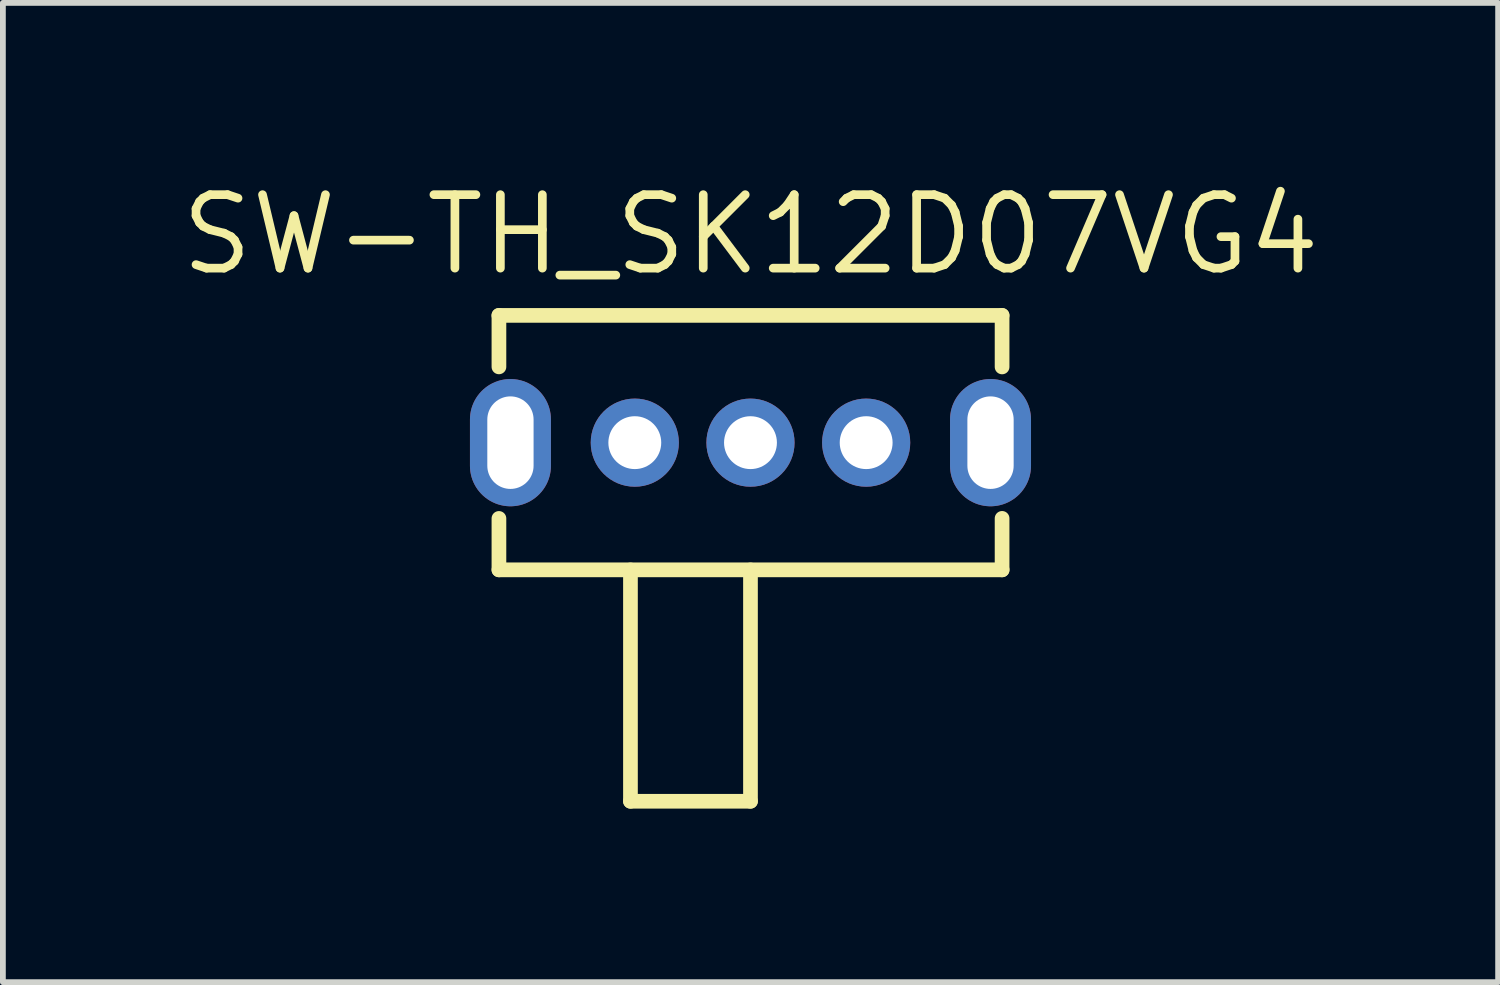
<source format=kicad_pcb>
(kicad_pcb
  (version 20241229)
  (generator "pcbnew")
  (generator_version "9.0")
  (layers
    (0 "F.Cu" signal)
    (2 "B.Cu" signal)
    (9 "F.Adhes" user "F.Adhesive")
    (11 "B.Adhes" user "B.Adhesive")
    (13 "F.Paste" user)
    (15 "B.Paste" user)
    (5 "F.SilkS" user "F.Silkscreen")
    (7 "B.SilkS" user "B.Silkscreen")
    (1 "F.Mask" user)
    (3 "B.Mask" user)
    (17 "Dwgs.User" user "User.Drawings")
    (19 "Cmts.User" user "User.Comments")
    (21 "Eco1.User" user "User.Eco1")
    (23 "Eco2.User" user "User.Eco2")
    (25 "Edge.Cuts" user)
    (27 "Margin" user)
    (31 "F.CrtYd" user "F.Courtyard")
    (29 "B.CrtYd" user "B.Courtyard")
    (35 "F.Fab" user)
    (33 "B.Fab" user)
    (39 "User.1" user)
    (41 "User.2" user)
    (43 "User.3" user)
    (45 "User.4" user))
  (footprint "SW-TH_SK12D07VG4"
    (layer "F.Cu")
    (at 9.925 4.603)
    (property "Reference" "SW-TH_SK12D07VG4" (at 0 -3.597 0) (layer "F.SilkS") (effects (font (size 1.27 1.27) (thickness 0.15))))
    (attr through_hole)
    (fp_line (start -4.35 -2.2) (end 4.35 -2.2) (stroke (width 0.254) (type solid)) (layer "F.SilkS"))
    (fp_line (start -4.349 -1.31) (end -4.349 -2.2) (stroke (width 0.254) (type solid)) (layer "F.SilkS"))
    (fp_line (start -4.349 2.199) (end -4.349 1.31) (stroke (width 0.254) (type solid)) (layer "F.SilkS"))
    (fp_line (start -2.075 2.2) (end -2.075 6.2) (stroke (width 0.254) (type solid)) (layer "F.SilkS"))
    (fp_line (start -2.075 6.2) (end 0 6.2) (stroke (width 0.254) (type solid)) (layer "F.SilkS"))
    (fp_line (start 0 6.2) (end 0 2.2) (stroke (width 0.254) (type solid)) (layer "F.SilkS"))
    (fp_line (start 4.35 -2.2) (end 4.35 -1.309) (stroke (width 0.254) (type solid)) (layer "F.SilkS"))
    (fp_line (start 4.35 1.309) (end 4.35 2.199) (stroke (width 0.254) (type solid)) (layer "F.SilkS"))
    (fp_line (start 4.351 2.199) (end -4.349 2.199) (stroke (width 0.254) (type solid)) (layer "F.SilkS"))
    (pad "1" thru_hole circle (at -2 0) (size 1.524 1.524) (drill 0.914) (layers "*.Cu" "*.Mask"))
    (pad "2" thru_hole circle (at 0 0) (size 1.524 1.524) (drill 0.914) (layers "*.Cu" "*.Mask"))
    (pad "3" thru_hole circle (at 2 0) (size 1.524 1.524) (drill 0.914) (layers "*.Cu" "*.Mask"))
    (pad "4" thru_hole oval (at 4.15 0) (size 1.4 2.2) (drill oval 0.8 1.6) (layers "*.Cu" "*.Mask"))
    (pad "5" thru_hole oval (at -4.15 0) (size 1.4 2.2) (drill oval 0.8 1.6) (layers "*.Cu" "*.Mask")))
  (gr_rect
    (start -3 -3)
    (end 22.851 13.93)
    (stroke (width 0.1) (type default))
    (fill no)
    (layer "Edge.Cuts")))
</source>
